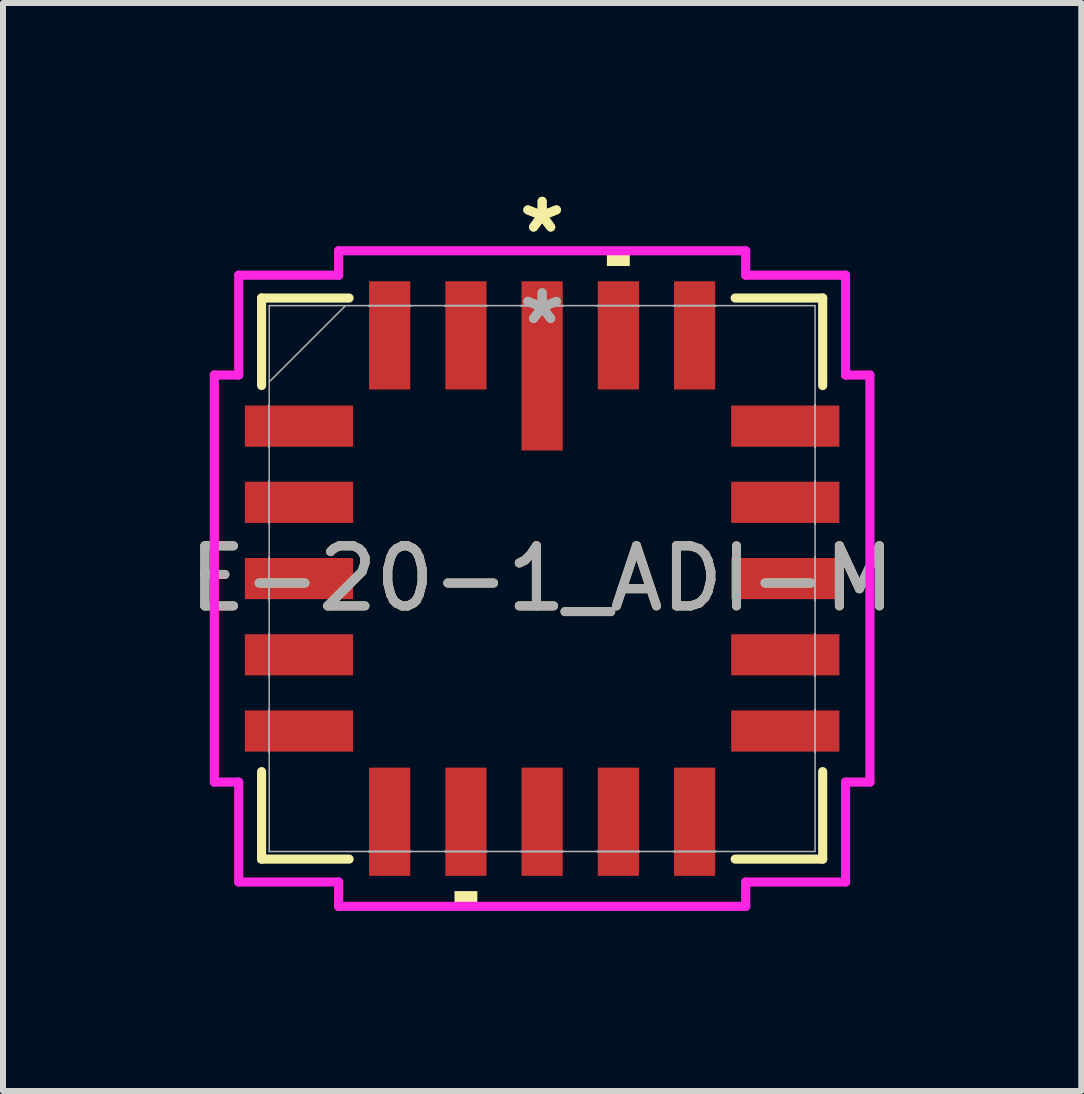
<source format=kicad_pcb>
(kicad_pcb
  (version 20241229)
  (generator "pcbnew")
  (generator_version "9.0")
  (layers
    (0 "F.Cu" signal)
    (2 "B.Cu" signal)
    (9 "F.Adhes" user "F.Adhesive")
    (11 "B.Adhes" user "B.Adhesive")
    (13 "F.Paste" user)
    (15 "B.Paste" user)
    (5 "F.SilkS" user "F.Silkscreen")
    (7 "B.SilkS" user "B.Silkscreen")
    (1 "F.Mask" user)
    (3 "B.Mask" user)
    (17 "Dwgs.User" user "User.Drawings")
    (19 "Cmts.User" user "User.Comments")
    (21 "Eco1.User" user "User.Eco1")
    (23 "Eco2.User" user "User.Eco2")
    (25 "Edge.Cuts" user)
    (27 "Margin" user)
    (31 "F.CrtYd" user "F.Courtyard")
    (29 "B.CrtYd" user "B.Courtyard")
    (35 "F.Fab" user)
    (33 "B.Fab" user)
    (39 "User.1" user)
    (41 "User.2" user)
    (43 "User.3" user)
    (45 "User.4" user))
  (footprint "E-20-1_ADI-M"
    (layer "F.Cu")
    (at 5.982 6.589)
    (property "Reference" "E-20-1_ADI-M" (at 0 0 0) (unlocked yes) (layer "F.SilkS") (effects (font (size 1 1) (thickness 0.15))))
    (attr smd)
    (fp_line (start -4.674 -4.674) (end -4.674 -3.216) (stroke (width 0.152) (type solid)) (layer "F.SilkS"))
    (fp_line (start -4.674 3.216) (end -4.674 4.674) (stroke (width 0.152) (type solid)) (layer "F.SilkS"))
    (fp_line (start -4.674 4.674) (end -3.216 4.674) (stroke (width 0.152) (type solid)) (layer "F.SilkS"))
    (fp_line (start -3.216 -4.674) (end -4.674 -4.674) (stroke (width 0.152) (type solid)) (layer "F.SilkS"))
    (fp_line (start 3.216 4.674) (end 4.674 4.674) (stroke (width 0.152) (type solid)) (layer "F.SilkS"))
    (fp_line (start 4.674 -4.674) (end 3.216 -4.674) (stroke (width 0.152) (type solid)) (layer "F.SilkS"))
    (fp_line (start 4.674 -3.216) (end 4.674 -4.674) (stroke (width 0.152) (type solid)) (layer "F.SilkS"))
    (fp_line (start 4.674 4.674) (end 4.674 3.216) (stroke (width 0.152) (type solid)) (layer "F.SilkS"))
    (fp_poly (pts (xy -1.46 5.207) (xy -1.46 5.461) (xy -1.079 5.461) (xy -1.079 5.207)) (stroke (width 0) (type solid)) (fill yes) (layer "F.SilkS"))
    (fp_poly (pts (xy 1.079 -5.207) (xy 1.079 -5.461) (xy 1.46 -5.461) (xy 1.46 -5.207)) (stroke (width 0) (type solid)) (fill yes) (layer "F.SilkS"))
    (fp_line (start -5.461 -3.391) (end -5.055 -3.391) (stroke (width 0.152) (type solid)) (layer "F.CrtYd"))
    (fp_line (start -5.461 3.391) (end -5.461 -3.391) (stroke (width 0.152) (type solid)) (layer "F.CrtYd"))
    (fp_line (start -5.461 3.391) (end -5.055 3.391) (stroke (width 0.152) (type solid)) (layer "F.CrtYd"))
    (fp_line (start -5.055 -5.055) (end -3.391 -5.055) (stroke (width 0.152) (type solid)) (layer "F.CrtYd"))
    (fp_line (start -5.055 -3.391) (end -5.055 -5.055) (stroke (width 0.152) (type solid)) (layer "F.CrtYd"))
    (fp_line (start -5.055 5.055) (end -5.055 3.391) (stroke (width 0.152) (type solid)) (layer "F.CrtYd"))
    (fp_line (start -3.391 -5.461) (end 3.391 -5.461) (stroke (width 0.152) (type solid)) (layer "F.CrtYd"))
    (fp_line (start -3.391 -5.055) (end -3.391 -5.461) (stroke (width 0.152) (type solid)) (layer "F.CrtYd"))
    (fp_line (start -3.391 5.055) (end -5.055 5.055) (stroke (width 0.152) (type solid)) (layer "F.CrtYd"))
    (fp_line (start -3.391 5.461) (end -3.391 5.055) (stroke (width 0.152) (type solid)) (layer "F.CrtYd"))
    (fp_line (start 3.391 -5.461) (end 3.391 -5.055) (stroke (width 0.152) (type solid)) (layer "F.CrtYd"))
    (fp_line (start 3.391 -5.055) (end 5.055 -5.055) (stroke (width 0.152) (type solid)) (layer "F.CrtYd"))
    (fp_line (start 3.391 5.055) (end 3.391 5.461) (stroke (width 0.152) (type solid)) (layer "F.CrtYd"))
    (fp_line (start 3.391 5.461) (end -3.391 5.461) (stroke (width 0.152) (type solid)) (layer "F.CrtYd"))
    (fp_line (start 5.055 -5.055) (end 5.055 -3.391) (stroke (width 0.152) (type solid)) (layer "F.CrtYd"))
    (fp_line (start 5.055 -3.391) (end 5.461 -3.391) (stroke (width 0.152) (type solid)) (layer "F.CrtYd"))
    (fp_line (start 5.055 3.391) (end 5.055 5.055) (stroke (width 0.152) (type solid)) (layer "F.CrtYd"))
    (fp_line (start 5.055 5.055) (end 3.391 5.055) (stroke (width 0.152) (type solid)) (layer "F.CrtYd"))
    (fp_line (start 5.461 -3.391) (end 5.461 3.391) (stroke (width 0.152) (type solid)) (layer "F.CrtYd"))
    (fp_line (start 5.461 3.391) (end 5.055 3.391) (stroke (width 0.152) (type solid)) (layer "F.CrtYd"))
    (fp_line (start -4.547 -4.547) (end -4.547 4.547) (stroke (width 0.025) (type solid)) (layer "F.Fab"))
    (fp_line (start -4.547 -3.277) (end -3.277 -4.547) (stroke (width 0.025) (type solid)) (layer "F.Fab"))
    (fp_line (start -4.547 -2.896) (end -4.547 -2.896) (stroke (width 0.025) (type solid)) (layer "F.Fab"))
    (fp_line (start -4.547 -2.896) (end -4.547 -2.184) (stroke (width 0.025) (type solid)) (layer "F.Fab"))
    (fp_line (start -4.547 -2.184) (end -4.547 -2.896) (stroke (width 0.025) (type solid)) (layer "F.Fab"))
    (fp_line (start -4.547 -2.184) (end -4.547 -2.184) (stroke (width 0.025) (type solid)) (layer "F.Fab"))
    (fp_line (start -4.547 -1.626) (end -4.547 -1.626) (stroke (width 0.025) (type solid)) (layer "F.Fab"))
    (fp_line (start -4.547 -1.626) (end -4.547 -0.914) (stroke (width 0.025) (type solid)) (layer "F.Fab"))
    (fp_line (start -4.547 -0.914) (end -4.547 -1.626) (stroke (width 0.025) (type solid)) (layer "F.Fab"))
    (fp_line (start -4.547 -0.914) (end -4.547 -0.914) (stroke (width 0.025) (type solid)) (layer "F.Fab"))
    (fp_line (start -4.547 -0.356) (end -4.547 -0.356) (stroke (width 0.025) (type solid)) (layer "F.Fab"))
    (fp_line (start -4.547 -0.356) (end -4.547 0.356) (stroke (width 0.025) (type solid)) (layer "F.Fab"))
    (fp_line (start -4.547 0.356) (end -4.547 -0.356) (stroke (width 0.025) (type solid)) (layer "F.Fab"))
    (fp_line (start -4.547 0.356) (end -4.547 0.356) (stroke (width 0.025) (type solid)) (layer "F.Fab"))
    (fp_line (start -4.547 0.914) (end -4.547 0.914) (stroke (width 0.025) (type solid)) (layer "F.Fab"))
    (fp_line (start -4.547 0.914) (end -4.547 1.626) (stroke (width 0.025) (type solid)) (layer "F.Fab"))
    (fp_line (start -4.547 1.626) (end -4.547 0.914) (stroke (width 0.025) (type solid)) (layer "F.Fab"))
    (fp_line (start -4.547 1.626) (end -4.547 1.626) (stroke (width 0.025) (type solid)) (layer "F.Fab"))
    (fp_line (start -4.547 2.184) (end -4.547 2.184) (stroke (width 0.025) (type solid)) (layer "F.Fab"))
    (fp_line (start -4.547 2.184) (end -4.547 2.896) (stroke (width 0.025) (type solid)) (layer "F.Fab"))
    (fp_line (start -4.547 2.896) (end -4.547 2.184) (stroke (width 0.025) (type solid)) (layer "F.Fab"))
    (fp_line (start -4.547 2.896) (end -4.547 2.896) (stroke (width 0.025) (type solid)) (layer "F.Fab"))
    (fp_line (start -4.547 4.547) (end 4.547 4.547) (stroke (width 0.025) (type solid)) (layer "F.Fab"))
    (fp_line (start -2.896 -4.547) (end -2.896 -4.547) (stroke (width 0.025) (type solid)) (layer "F.Fab"))
    (fp_line (start -2.896 -4.547) (end -2.184 -4.547) (stroke (width 0.025) (type solid)) (layer "F.Fab"))
    (fp_line (start -2.896 4.547) (end -2.896 4.547) (stroke (width 0.025) (type solid)) (layer "F.Fab"))
    (fp_line (start -2.896 4.547) (end -2.184 4.547) (stroke (width 0.025) (type solid)) (layer "F.Fab"))
    (fp_line (start -2.184 -4.547) (end -2.896 -4.547) (stroke (width 0.025) (type solid)) (layer "F.Fab"))
    (fp_line (start -2.184 -4.547) (end -2.184 -4.547) (stroke (width 0.025) (type solid)) (layer "F.Fab"))
    (fp_line (start -2.184 4.547) (end -2.896 4.547) (stroke (width 0.025) (type solid)) (layer "F.Fab"))
    (fp_line (start -2.184 4.547) (end -2.184 4.547) (stroke (width 0.025) (type solid)) (layer "F.Fab"))
    (fp_line (start -1.626 -4.547) (end -1.626 -4.547) (stroke (width 0.025) (type solid)) (layer "F.Fab"))
    (fp_line (start -1.626 -4.547) (end -0.914 -4.547) (stroke (width 0.025) (type solid)) (layer "F.Fab"))
    (fp_line (start -1.626 4.547) (end -1.626 4.547) (stroke (width 0.025) (type solid)) (layer "F.Fab"))
    (fp_line (start -1.626 4.547) (end -0.914 4.547) (stroke (width 0.025) (type solid)) (layer "F.Fab"))
    (fp_line (start -0.914 -4.547) (end -1.626 -4.547) (stroke (width 0.025) (type solid)) (layer "F.Fab"))
    (fp_line (start -0.914 -4.547) (end -0.914 -4.547) (stroke (width 0.025) (type solid)) (layer "F.Fab"))
    (fp_line (start -0.914 4.547) (end -1.626 4.547) (stroke (width 0.025) (type solid)) (layer "F.Fab"))
    (fp_line (start -0.914 4.547) (end -0.914 4.547) (stroke (width 0.025) (type solid)) (layer "F.Fab"))
    (fp_line (start -0.356 -4.547) (end -0.356 -4.547) (stroke (width 0.025) (type solid)) (layer "F.Fab"))
    (fp_line (start -0.356 -4.547) (end 0.356 -4.547) (stroke (width 0.025) (type solid)) (layer "F.Fab"))
    (fp_line (start -0.356 4.547) (end -0.356 4.547) (stroke (width 0.025) (type solid)) (layer "F.Fab"))
    (fp_line (start -0.356 4.547) (end 0.356 4.547) (stroke (width 0.025) (type solid)) (layer "F.Fab"))
    (fp_line (start 0.356 -4.547) (end -0.356 -4.547) (stroke (width 0.025) (type solid)) (layer "F.Fab"))
    (fp_line (start 0.356 -4.547) (end 0.356 -4.547) (stroke (width 0.025) (type solid)) (layer "F.Fab"))
    (fp_line (start 0.356 4.547) (end -0.356 4.547) (stroke (width 0.025) (type solid)) (layer "F.Fab"))
    (fp_line (start 0.356 4.547) (end 0.356 4.547) (stroke (width 0.025) (type solid)) (layer "F.Fab"))
    (fp_line (start 0.914 -4.547) (end 0.914 -4.547) (stroke (width 0.025) (type solid)) (layer "F.Fab"))
    (fp_line (start 0.914 -4.547) (end 1.626 -4.547) (stroke (width 0.025) (type solid)) (layer "F.Fab"))
    (fp_line (start 0.914 4.547) (end 0.914 4.547) (stroke (width 0.025) (type solid)) (layer "F.Fab"))
    (fp_line (start 0.914 4.547) (end 1.626 4.547) (stroke (width 0.025) (type solid)) (layer "F.Fab"))
    (fp_line (start 1.626 -4.547) (end 0.914 -4.547) (stroke (width 0.025) (type solid)) (layer "F.Fab"))
    (fp_line (start 1.626 -4.547) (end 1.626 -4.547) (stroke (width 0.025) (type solid)) (layer "F.Fab"))
    (fp_line (start 1.626 4.547) (end 0.914 4.547) (stroke (width 0.025) (type solid)) (layer "F.Fab"))
    (fp_line (start 1.626 4.547) (end 1.626 4.547) (stroke (width 0.025) (type solid)) (layer "F.Fab"))
    (fp_line (start 2.184 -4.547) (end 2.184 -4.547) (stroke (width 0.025) (type solid)) (layer "F.Fab"))
    (fp_line (start 2.184 -4.547) (end 2.896 -4.547) (stroke (width 0.025) (type solid)) (layer "F.Fab"))
    (fp_line (start 2.184 4.547) (end 2.184 4.547) (stroke (width 0.025) (type solid)) (layer "F.Fab"))
    (fp_line (start 2.184 4.547) (end 2.896 4.547) (stroke (width 0.025) (type solid)) (layer "F.Fab"))
    (fp_line (start 2.896 -4.547) (end 2.184 -4.547) (stroke (width 0.025) (type solid)) (layer "F.Fab"))
    (fp_line (start 2.896 -4.547) (end 2.896 -4.547) (stroke (width 0.025) (type solid)) (layer "F.Fab"))
    (fp_line (start 2.896 4.547) (end 2.184 4.547) (stroke (width 0.025) (type solid)) (layer "F.Fab"))
    (fp_line (start 2.896 4.547) (end 2.896 4.547) (stroke (width 0.025) (type solid)) (layer "F.Fab"))
    (fp_line (start 4.547 -4.547) (end -4.547 -4.547) (stroke (width 0.025) (type solid)) (layer "F.Fab"))
    (fp_line (start 4.547 -2.896) (end 4.547 -2.896) (stroke (width 0.025) (type solid)) (layer "F.Fab"))
    (fp_line (start 4.547 -2.896) (end 4.547 -2.184) (stroke (width 0.025) (type solid)) (layer "F.Fab"))
    (fp_line (start 4.547 -2.184) (end 4.547 -2.896) (stroke (width 0.025) (type solid)) (layer "F.Fab"))
    (fp_line (start 4.547 -2.184) (end 4.547 -2.184) (stroke (width 0.025) (type solid)) (layer "F.Fab"))
    (fp_line (start 4.547 -1.626) (end 4.547 -1.626) (stroke (width 0.025) (type solid)) (layer "F.Fab"))
    (fp_line (start 4.547 -1.626) (end 4.547 -0.914) (stroke (width 0.025) (type solid)) (layer "F.Fab"))
    (fp_line (start 4.547 -0.914) (end 4.547 -1.626) (stroke (width 0.025) (type solid)) (layer "F.Fab"))
    (fp_line (start 4.547 -0.914) (end 4.547 -0.914) (stroke (width 0.025) (type solid)) (layer "F.Fab"))
    (fp_line (start 4.547 -0.356) (end 4.547 -0.356) (stroke (width 0.025) (type solid)) (layer "F.Fab"))
    (fp_line (start 4.547 -0.356) (end 4.547 0.356) (stroke (width 0.025) (type solid)) (layer "F.Fab"))
    (fp_line (start 4.547 0.356) (end 4.547 -0.356) (stroke (width 0.025) (type solid)) (layer "F.Fab"))
    (fp_line (start 4.547 0.356) (end 4.547 0.356) (stroke (width 0.025) (type solid)) (layer "F.Fab"))
    (fp_line (start 4.547 0.914) (end 4.547 0.914) (stroke (width 0.025) (type solid)) (layer "F.Fab"))
    (fp_line (start 4.547 0.914) (end 4.547 1.626) (stroke (width 0.025) (type solid)) (layer "F.Fab"))
    (fp_line (start 4.547 1.626) (end 4.547 0.914) (stroke (width 0.025) (type solid)) (layer "F.Fab"))
    (fp_line (start 4.547 1.626) (end 4.547 1.626) (stroke (width 0.025) (type solid)) (layer "F.Fab"))
    (fp_line (start 4.547 2.184) (end 4.547 2.184) (stroke (width 0.025) (type solid)) (layer "F.Fab"))
    (fp_line (start 4.547 2.184) (end 4.547 2.896) (stroke (width 0.025) (type solid)) (layer "F.Fab"))
    (fp_line (start 4.547 2.896) (end 4.547 2.184) (stroke (width 0.025) (type solid)) (layer "F.Fab"))
    (fp_line (start 4.547 2.896) (end 4.547 2.896) (stroke (width 0.025) (type solid)) (layer "F.Fab"))
    (fp_line (start 4.547 4.547) (end 4.547 -4.547) (stroke (width 0.025) (type solid)) (layer "F.Fab"))
    (fp_text user "*" (at 0 -5.74 0) (unlocked yes) (layer "F.SilkS") (effects (font (size 1 1) (thickness 0.15))))
    (fp_text user "*" (at 0 -5.74 0) (layer "F.SilkS") (effects (font (size 1 1) (thickness 0.15))))
    (fp_text user "${REFERENCE}" (at 0 0 0) (unlocked yes) (layer "F.Fab") (effects (font (size 1 1) (thickness 0.15))))
    (fp_text user "*" (at 0 -4.216 0) (unlocked yes) (layer "F.Fab") (effects (font (size 1 1) (thickness 0.15))))
    (fp_text user "*" (at 0 -4.216 0) (layer "F.Fab") (effects (font (size 1 1) (thickness 0.15))))
    (pad "1" smd rect (at 0 -3.543) (size 0.686 2.819) (layers "F.Cu" "F.Mask" "F.Paste"))
    (pad "2" smd rect (at -1.27 -4.051) (size 0.686 1.803) (layers "F.Cu" "F.Mask" "F.Paste"))
    (pad "3" smd rect (at -2.54 -4.051) (size 0.686 1.803) (layers "F.Cu" "F.Mask" "F.Paste"))
    (pad "4" smd rect (at -4.051 -2.54 90) (size 0.686 1.803) (layers "F.Cu" "F.Mask" "F.Paste"))
    (pad "5" smd rect (at -4.051 -1.27 90) (size 0.686 1.803) (layers "F.Cu" "F.Mask" "F.Paste"))
    (pad "6" smd rect (at -4.051 0 90) (size 0.686 1.803) (layers "F.Cu" "F.Mask" "F.Paste"))
    (pad "7" smd rect (at -4.051 1.27 90) (size 0.686 1.803) (layers "F.Cu" "F.Mask" "F.Paste"))
    (pad "8" smd rect (at -4.051 2.54 90) (size 0.686 1.803) (layers "F.Cu" "F.Mask" "F.Paste"))
    (pad "9" smd rect (at -2.54 4.051) (size 0.686 1.803) (layers "F.Cu" "F.Mask" "F.Paste"))
    (pad "10" smd rect (at -1.27 4.051) (size 0.686 1.803) (layers "F.Cu" "F.Mask" "F.Paste"))
    (pad "11" smd rect (at 0 4.051) (size 0.686 1.803) (layers "F.Cu" "F.Mask" "F.Paste"))
    (pad "12" smd rect (at 1.27 4.051) (size 0.686 1.803) (layers "F.Cu" "F.Mask" "F.Paste"))
    (pad "13" smd rect (at 2.54 4.051) (size 0.686 1.803) (layers "F.Cu" "F.Mask" "F.Paste"))
    (pad "14" smd rect (at 4.051 2.54 90) (size 0.686 1.803) (layers "F.Cu" "F.Mask" "F.Paste"))
    (pad "15" smd rect (at 4.051 1.27 90) (size 0.686 1.803) (layers "F.Cu" "F.Mask" "F.Paste"))
    (pad "16" smd rect (at 4.051 0 90) (size 0.686 1.803) (layers "F.Cu" "F.Mask" "F.Paste"))
    (pad "17" smd rect (at 4.051 -1.27 90) (size 0.686 1.803) (layers "F.Cu" "F.Mask" "F.Paste"))
    (pad "18" smd rect (at 4.051 -2.54 90) (size 0.686 1.803) (layers "F.Cu" "F.Mask" "F.Paste"))
    (pad "19" smd rect (at 2.54 -4.051) (size 0.686 1.803) (layers "F.Cu" "F.Mask" "F.Paste"))
    (pad "20" smd rect (at 1.27 -4.051) (size 0.686 1.803) (layers "F.Cu" "F.Mask" "F.Paste")))
  (gr_rect
    (start -3 -3)
    (end 14.964 15.126)
    (stroke (width 0.1) (type default))
    (fill no)
    (layer "Edge.Cuts")))
</source>
